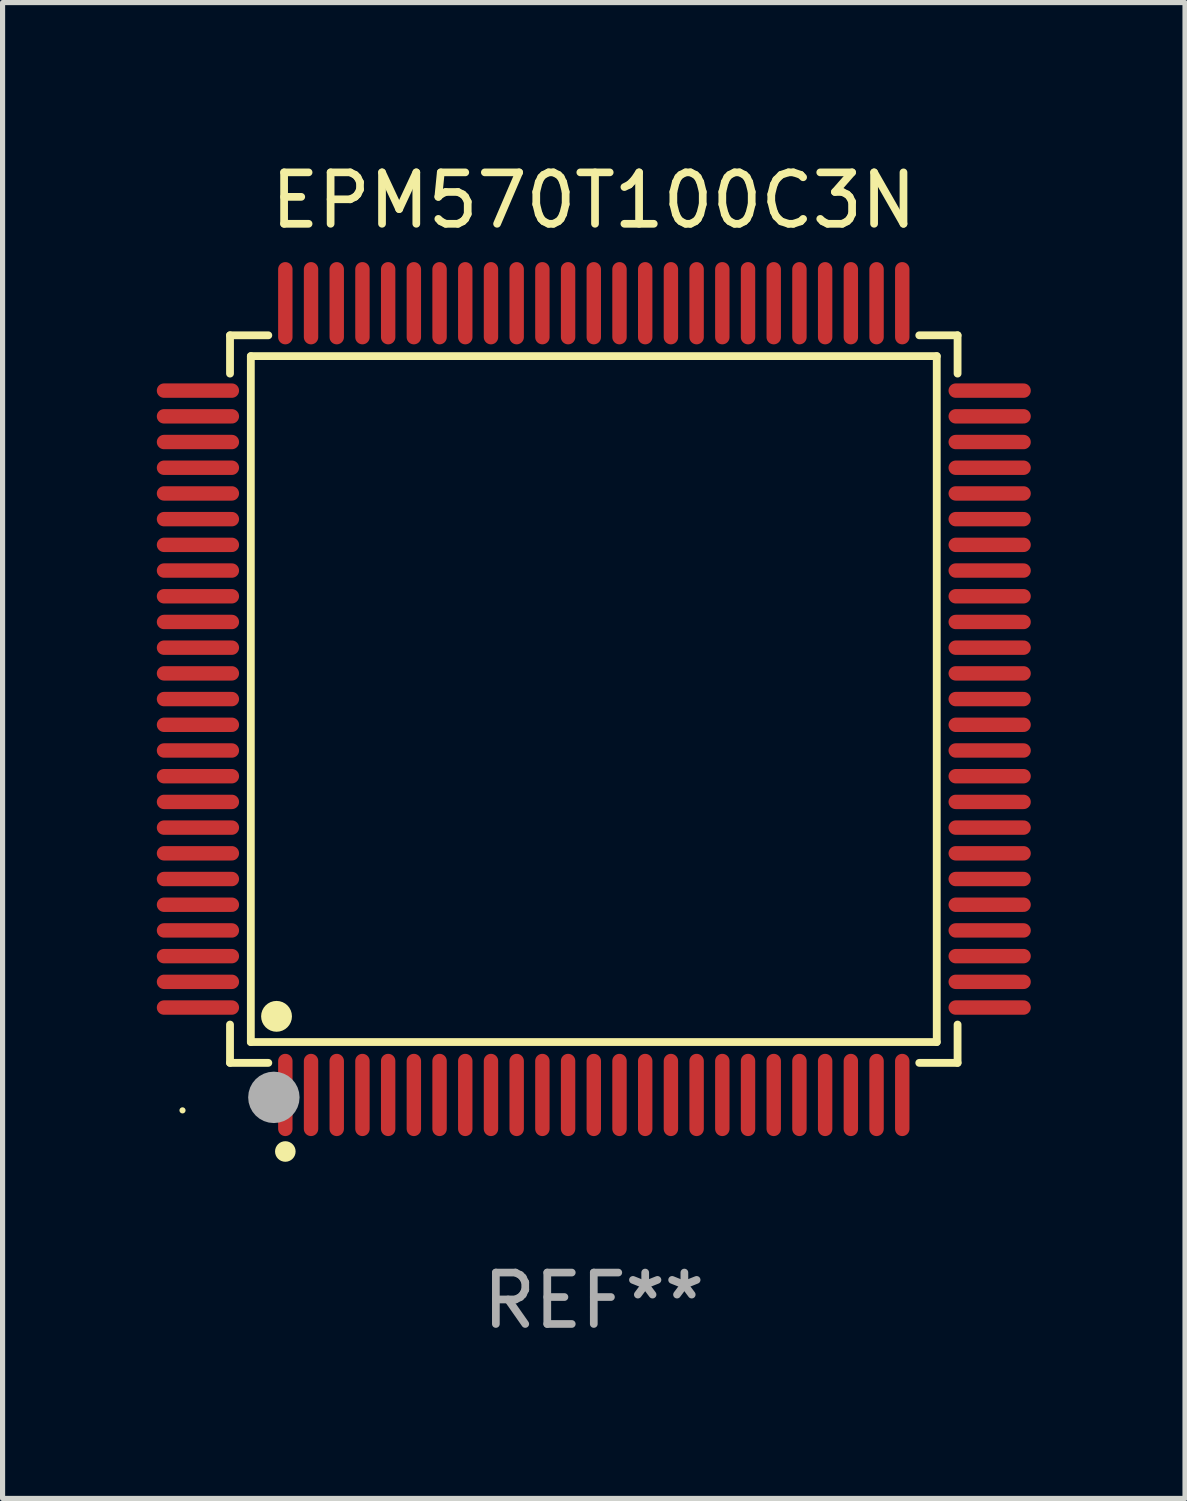
<source format=kicad_pcb>
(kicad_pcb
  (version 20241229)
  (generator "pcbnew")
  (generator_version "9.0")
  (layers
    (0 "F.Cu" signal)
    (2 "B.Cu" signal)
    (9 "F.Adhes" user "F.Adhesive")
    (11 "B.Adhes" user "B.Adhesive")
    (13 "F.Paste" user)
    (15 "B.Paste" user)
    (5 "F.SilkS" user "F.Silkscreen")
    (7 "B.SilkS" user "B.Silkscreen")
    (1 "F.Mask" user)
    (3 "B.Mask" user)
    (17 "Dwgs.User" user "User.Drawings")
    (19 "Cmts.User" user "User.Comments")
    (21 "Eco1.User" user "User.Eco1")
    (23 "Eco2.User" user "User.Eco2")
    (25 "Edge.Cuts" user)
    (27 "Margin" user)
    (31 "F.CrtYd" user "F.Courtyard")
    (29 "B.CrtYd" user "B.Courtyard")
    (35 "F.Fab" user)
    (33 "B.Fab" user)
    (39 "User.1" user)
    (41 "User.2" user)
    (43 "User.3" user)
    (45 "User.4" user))
  (footprint "EPM570T100C3N"
    (layer "F.Cu")
    (at 8.5 10.548)
    (property "Reference" "EPM570T100C3N" (at 0 -9.7 0) (layer "F.SilkS") (effects (font (size 1 1) (thickness 0.15))))
    (attr through_hole)
    (fp_line (start -7.076 -7.076) (end -6.331 -7.076) (stroke (width 0.152) (type solid)) (layer "F.SilkS"))
    (fp_line (start -7.076 -6.331) (end -7.076 -7.076) (stroke (width 0.152) (type solid)) (layer "F.SilkS"))
    (fp_line (start -7.076 6.331) (end -7.076 7.076) (stroke (width 0.152) (type solid)) (layer "F.SilkS"))
    (fp_line (start -7.076 7.076) (end -6.331 7.076) (stroke (width 0.152) (type solid)) (layer "F.SilkS"))
    (fp_line (start -6.671 -6.671) (end 6.671 -6.671) (stroke (width 0.152) (type solid)) (layer "F.SilkS"))
    (fp_line (start -6.671 6.671) (end -6.671 -6.671) (stroke (width 0.152) (type solid)) (layer "F.SilkS"))
    (fp_line (start 6.671 -6.671) (end 6.671 6.671) (stroke (width 0.152) (type solid)) (layer "F.SilkS"))
    (fp_line (start 6.671 6.671) (end -6.671 6.671) (stroke (width 0.152) (type solid)) (layer "F.SilkS"))
    (fp_line (start 7.076 -7.076) (end 6.331 -7.076) (stroke (width 0.152) (type solid)) (layer "F.SilkS"))
    (fp_line (start 7.076 -6.331) (end 7.076 -7.076) (stroke (width 0.152) (type solid)) (layer "F.SilkS"))
    (fp_line (start 7.076 6.331) (end 7.076 7.076) (stroke (width 0.152) (type solid)) (layer "F.SilkS"))
    (fp_line (start 7.076 7.076) (end 6.331 7.076) (stroke (width 0.152) (type solid)) (layer "F.SilkS"))
    (fp_circle (center -8 8) (end -7.97 8) (stroke (width 0.06) (type solid)) (fill no) (layer "F.SilkS"))
    (fp_circle (center -6.171 6.171) (end -6.021 6.171) (stroke (width 0.3) (type solid)) (fill no) (layer "F.SilkS"))
    (fp_circle (center -6 8.8) (end -5.9 8.8) (stroke (width 0.2) (type solid)) (fill no) (layer "F.SilkS"))
    (fp_circle (center -6.223 7.747) (end -5.973 7.747) (stroke (width 0.5) (type solid)) (fill no) (layer "F.Fab"))
    (fp_text user "REF**" (at 0 11.7 0) (layer "F.Fab") (effects (font (size 1 1) (thickness 0.15))))
    (pad "1" smd oval (at -6 7.7) (size 0.28 1.6) (layers "F.Cu" "F.Mask" "F.Paste"))
    (pad "2" smd oval (at -5.5 7.7) (size 0.28 1.6) (layers "F.Cu" "F.Mask" "F.Paste"))
    (pad "3" smd oval (at -5 7.7) (size 0.28 1.6) (layers "F.Cu" "F.Mask" "F.Paste"))
    (pad "4" smd oval (at -4.5 7.7) (size 0.28 1.6) (layers "F.Cu" "F.Mask" "F.Paste"))
    (pad "5" smd oval (at -4 7.7) (size 0.28 1.6) (layers "F.Cu" "F.Mask" "F.Paste"))
    (pad "6" smd oval (at -3.5 7.7) (size 0.28 1.6) (layers "F.Cu" "F.Mask" "F.Paste"))
    (pad "7" smd oval (at -3 7.7) (size 0.28 1.6) (layers "F.Cu" "F.Mask" "F.Paste"))
    (pad "8" smd oval (at -2.5 7.7) (size 0.28 1.6) (layers "F.Cu" "F.Mask" "F.Paste"))
    (pad "9" smd oval (at -2 7.7) (size 0.28 1.6) (layers "F.Cu" "F.Mask" "F.Paste"))
    (pad "10" smd oval (at -1.5 7.7) (size 0.28 1.6) (layers "F.Cu" "F.Mask" "F.Paste"))
    (pad "11" smd oval (at -1 7.7) (size 0.28 1.6) (layers "F.Cu" "F.Mask" "F.Paste"))
    (pad "12" smd oval (at -0.5 7.7) (size 0.28 1.6) (layers "F.Cu" "F.Mask" "F.Paste"))
    (pad "13" smd oval (at 0 7.7) (size 0.28 1.6) (layers "F.Cu" "F.Mask" "F.Paste"))
    (pad "14" smd oval (at 0.5 7.7) (size 0.28 1.6) (layers "F.Cu" "F.Mask" "F.Paste"))
    (pad "15" smd oval (at 1 7.7) (size 0.28 1.6) (layers "F.Cu" "F.Mask" "F.Paste"))
    (pad "16" smd oval (at 1.5 7.7) (size 0.28 1.6) (layers "F.Cu" "F.Mask" "F.Paste"))
    (pad "17" smd oval (at 2 7.7) (size 0.28 1.6) (layers "F.Cu" "F.Mask" "F.Paste"))
    (pad "18" smd oval (at 2.5 7.7) (size 0.28 1.6) (layers "F.Cu" "F.Mask" "F.Paste"))
    (pad "19" smd oval (at 3 7.7) (size 0.28 1.6) (layers "F.Cu" "F.Mask" "F.Paste"))
    (pad "20" smd oval (at 3.5 7.7) (size 0.28 1.6) (layers "F.Cu" "F.Mask" "F.Paste"))
    (pad "21" smd oval (at 4 7.7) (size 0.28 1.6) (layers "F.Cu" "F.Mask" "F.Paste"))
    (pad "22" smd oval (at 4.5 7.7) (size 0.28 1.6) (layers "F.Cu" "F.Mask" "F.Paste"))
    (pad "23" smd oval (at 5 7.7) (size 0.28 1.6) (layers "F.Cu" "F.Mask" "F.Paste"))
    (pad "24" smd oval (at 5.5 7.7) (size 0.28 1.6) (layers "F.Cu" "F.Mask" "F.Paste"))
    (pad "25" smd oval (at 6 7.7) (size 0.28 1.6) (layers "F.Cu" "F.Mask" "F.Paste"))
    (pad "26" smd oval (at 7.7 6) (size 1.6 0.28) (layers "F.Cu" "F.Mask" "F.Paste"))
    (pad "27" smd oval (at 7.7 5.5) (size 1.6 0.28) (layers "F.Cu" "F.Mask" "F.Paste"))
    (pad "28" smd oval (at 7.7 5) (size 1.6 0.28) (layers "F.Cu" "F.Mask" "F.Paste"))
    (pad "29" smd oval (at 7.7 4.5) (size 1.6 0.28) (layers "F.Cu" "F.Mask" "F.Paste"))
    (pad "30" smd oval (at 7.7 4) (size 1.6 0.28) (layers "F.Cu" "F.Mask" "F.Paste"))
    (pad "31" smd oval (at 7.7 3.5) (size 1.6 0.28) (layers "F.Cu" "F.Mask" "F.Paste"))
    (pad "32" smd oval (at 7.7 3) (size 1.6 0.28) (layers "F.Cu" "F.Mask" "F.Paste"))
    (pad "33" smd oval (at 7.7 2.5) (size 1.6 0.28) (layers "F.Cu" "F.Mask" "F.Paste"))
    (pad "34" smd oval (at 7.7 2) (size 1.6 0.28) (layers "F.Cu" "F.Mask" "F.Paste"))
    (pad "35" smd oval (at 7.7 1.5) (size 1.6 0.28) (layers "F.Cu" "F.Mask" "F.Paste"))
    (pad "36" smd oval (at 7.7 1) (size 1.6 0.28) (layers "F.Cu" "F.Mask" "F.Paste"))
    (pad "37" smd oval (at 7.7 0.5) (size 1.6 0.28) (layers "F.Cu" "F.Mask" "F.Paste"))
    (pad "38" smd oval (at 7.7 0) (size 1.6 0.28) (layers "F.Cu" "F.Mask" "F.Paste"))
    (pad "39" smd oval (at 7.7 -0.5) (size 1.6 0.28) (layers "F.Cu" "F.Mask" "F.Paste"))
    (pad "40" smd oval (at 7.7 -1) (size 1.6 0.28) (layers "F.Cu" "F.Mask" "F.Paste"))
    (pad "41" smd oval (at 7.7 -1.5) (size 1.6 0.28) (layers "F.Cu" "F.Mask" "F.Paste"))
    (pad "42" smd oval (at 7.7 -2) (size 1.6 0.28) (layers "F.Cu" "F.Mask" "F.Paste"))
    (pad "43" smd oval (at 7.7 -2.5) (size 1.6 0.28) (layers "F.Cu" "F.Mask" "F.Paste"))
    (pad "44" smd oval (at 7.7 -3) (size 1.6 0.28) (layers "F.Cu" "F.Mask" "F.Paste"))
    (pad "45" smd oval (at 7.7 -3.5) (size 1.6 0.28) (layers "F.Cu" "F.Mask" "F.Paste"))
    (pad "46" smd oval (at 7.7 -4) (size 1.6 0.28) (layers "F.Cu" "F.Mask" "F.Paste"))
    (pad "47" smd oval (at 7.7 -4.5) (size 1.6 0.28) (layers "F.Cu" "F.Mask" "F.Paste"))
    (pad "48" smd oval (at 7.7 -5) (size 1.6 0.28) (layers "F.Cu" "F.Mask" "F.Paste"))
    (pad "49" smd oval (at 7.7 -5.5) (size 1.6 0.28) (layers "F.Cu" "F.Mask" "F.Paste"))
    (pad "50" smd oval (at 7.7 -6) (size 1.6 0.28) (layers "F.Cu" "F.Mask" "F.Paste"))
    (pad "51" smd oval (at 6 -7.7) (size 0.28 1.6) (layers "F.Cu" "F.Mask" "F.Paste"))
    (pad "52" smd oval (at 5.5 -7.7) (size 0.28 1.6) (layers "F.Cu" "F.Mask" "F.Paste"))
    (pad "53" smd oval (at 5 -7.7) (size 0.28 1.6) (layers "F.Cu" "F.Mask" "F.Paste"))
    (pad "54" smd oval (at 4.5 -7.7) (size 0.28 1.6) (layers "F.Cu" "F.Mask" "F.Paste"))
    (pad "55" smd oval (at 4 -7.7) (size 0.28 1.6) (layers "F.Cu" "F.Mask" "F.Paste"))
    (pad "56" smd oval (at 3.5 -7.7) (size 0.28 1.6) (layers "F.Cu" "F.Mask" "F.Paste"))
    (pad "57" smd oval (at 3 -7.7) (size 0.28 1.6) (layers "F.Cu" "F.Mask" "F.Paste"))
    (pad "58" smd oval (at 2.5 -7.7) (size 0.28 1.6) (layers "F.Cu" "F.Mask" "F.Paste"))
    (pad "59" smd oval (at 2 -7.7) (size 0.28 1.6) (layers "F.Cu" "F.Mask" "F.Paste"))
    (pad "60" smd oval (at 1.5 -7.7) (size 0.28 1.6) (layers "F.Cu" "F.Mask" "F.Paste"))
    (pad "61" smd oval (at 1 -7.7) (size 0.28 1.6) (layers "F.Cu" "F.Mask" "F.Paste"))
    (pad "62" smd oval (at 0.5 -7.7) (size 0.28 1.6) (layers "F.Cu" "F.Mask" "F.Paste"))
    (pad "63" smd oval (at 0 -7.7) (size 0.28 1.6) (layers "F.Cu" "F.Mask" "F.Paste"))
    (pad "64" smd oval (at -0.5 -7.7) (size 0.28 1.6) (layers "F.Cu" "F.Mask" "F.Paste"))
    (pad "65" smd oval (at -1 -7.7) (size 0.28 1.6) (layers "F.Cu" "F.Mask" "F.Paste"))
    (pad "66" smd oval (at -1.5 -7.7) (size 0.28 1.6) (layers "F.Cu" "F.Mask" "F.Paste"))
    (pad "67" smd oval (at -2 -7.7) (size 0.28 1.6) (layers "F.Cu" "F.Mask" "F.Paste"))
    (pad "68" smd oval (at -2.5 -7.7) (size 0.28 1.6) (layers "F.Cu" "F.Mask" "F.Paste"))
    (pad "69" smd oval (at -3 -7.7) (size 0.28 1.6) (layers "F.Cu" "F.Mask" "F.Paste"))
    (pad "70" smd oval (at -3.5 -7.7) (size 0.28 1.6) (layers "F.Cu" "F.Mask" "F.Paste"))
    (pad "71" smd oval (at -4 -7.7) (size 0.28 1.6) (layers "F.Cu" "F.Mask" "F.Paste"))
    (pad "72" smd oval (at -4.5 -7.7) (size 0.28 1.6) (layers "F.Cu" "F.Mask" "F.Paste"))
    (pad "73" smd oval (at -5 -7.7) (size 0.28 1.6) (layers "F.Cu" "F.Mask" "F.Paste"))
    (pad "74" smd oval (at -5.5 -7.7) (size 0.28 1.6) (layers "F.Cu" "F.Mask" "F.Paste"))
    (pad "75" smd oval (at -6 -7.7) (size 0.28 1.6) (layers "F.Cu" "F.Mask" "F.Paste"))
    (pad "76" smd oval (at -7.7 -6) (size 1.6 0.28) (layers "F.Cu" "F.Mask" "F.Paste"))
    (pad "77" smd oval (at -7.7 -5.5) (size 1.6 0.28) (layers "F.Cu" "F.Mask" "F.Paste"))
    (pad "78" smd oval (at -7.7 -5) (size 1.6 0.28) (layers "F.Cu" "F.Mask" "F.Paste"))
    (pad "79" smd oval (at -7.7 -4.5) (size 1.6 0.28) (layers "F.Cu" "F.Mask" "F.Paste"))
    (pad "80" smd oval (at -7.7 -4) (size 1.6 0.28) (layers "F.Cu" "F.Mask" "F.Paste"))
    (pad "81" smd oval (at -7.7 -3.5) (size 1.6 0.28) (layers "F.Cu" "F.Mask" "F.Paste"))
    (pad "82" smd oval (at -7.7 -3) (size 1.6 0.28) (layers "F.Cu" "F.Mask" "F.Paste"))
    (pad "83" smd oval (at -7.7 -2.5) (size 1.6 0.28) (layers "F.Cu" "F.Mask" "F.Paste"))
    (pad "84" smd oval (at -7.7 -2) (size 1.6 0.28) (layers "F.Cu" "F.Mask" "F.Paste"))
    (pad "85" smd oval (at -7.7 -1.5) (size 1.6 0.28) (layers "F.Cu" "F.Mask" "F.Paste"))
    (pad "86" smd oval (at -7.7 -1) (size 1.6 0.28) (layers "F.Cu" "F.Mask" "F.Paste"))
    (pad "87" smd oval (at -7.7 -0.5) (size 1.6 0.28) (layers "F.Cu" "F.Mask" "F.Paste"))
    (pad "88" smd oval (at -7.7 0) (size 1.6 0.28) (layers "F.Cu" "F.Mask" "F.Paste"))
    (pad "89" smd oval (at -7.7 0.5) (size 1.6 0.28) (layers "F.Cu" "F.Mask" "F.Paste"))
    (pad "90" smd oval (at -7.7 1) (size 1.6 0.28) (layers "F.Cu" "F.Mask" "F.Paste"))
    (pad "91" smd oval (at -7.7 1.5) (size 1.6 0.28) (layers "F.Cu" "F.Mask" "F.Paste"))
    (pad "92" smd oval (at -7.7 2) (size 1.6 0.28) (layers "F.Cu" "F.Mask" "F.Paste"))
    (pad "93" smd oval (at -7.7 2.5) (size 1.6 0.28) (layers "F.Cu" "F.Mask" "F.Paste"))
    (pad "94" smd oval (at -7.7 3) (size 1.6 0.28) (layers "F.Cu" "F.Mask" "F.Paste"))
    (pad "95" smd oval (at -7.7 3.5) (size 1.6 0.28) (layers "F.Cu" "F.Mask" "F.Paste"))
    (pad "96" smd oval (at -7.7 4) (size 1.6 0.28) (layers "F.Cu" "F.Mask" "F.Paste"))
    (pad "97" smd oval (at -7.7 4.5) (size 1.6 0.28) (layers "F.Cu" "F.Mask" "F.Paste"))
    (pad "98" smd oval (at -7.7 5) (size 1.6 0.28) (layers "F.Cu" "F.Mask" "F.Paste"))
    (pad "99" smd oval (at -7.7 5.5) (size 1.6 0.28) (layers "F.Cu" "F.Mask" "F.Paste"))
    (pad "100" smd oval (at -7.7 6) (size 1.6 0.28) (layers "F.Cu" "F.Mask" "F.Paste")))
  (gr_rect
    (start -3 -3)
    (end 20 26.097)
    (stroke (width 0.1) (type default))
    (fill no)
    (layer "Edge.Cuts")))
</source>
